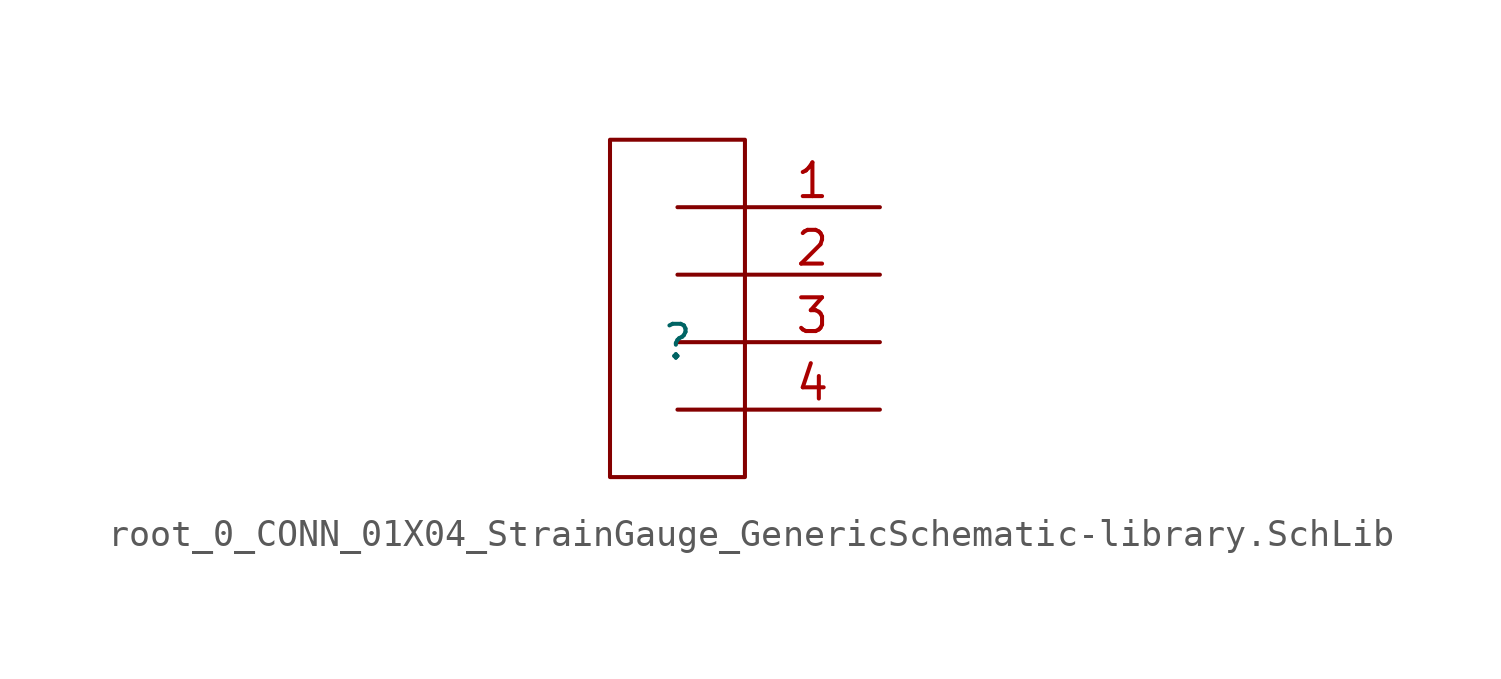
<source format=kicad_sym>
(kicad_symbol_lib
  (version 20241209)
  (generator "kicad_symbol_editor")
  (generator_version "9.0")
  (symbol "root_0_CONN_01X04_StrainGauge_GenericSchematic-library.SchLib"
    (pin_names
      (hide yes))
    (property "Reference" ""
      (at 0 0 0)
      (effects (font (size 1.27 1.27))))
    (property "Value" ""
      (at 0 0 0)
      (effects (font (size 1.27 1.27))))
    (symbol "root_0_CONN_01X04_StrainGauge_GenericSchematic-library.SchLib_1_0"
      (polyline (pts (xy -2.54 7.62) (xy 2.54 7.62) (xy 2.54 -5.08) (xy -2.54 -5.08) (xy -2.54 7.62)) (stroke (width 0) (type solid)) (fill (type none)))
      (polyline (pts (xy 2.54 5.08) (xy 0 5.08)) (stroke (width 0) (type solid)) (fill (type none)))
      (polyline (pts (xy 2.54 2.54) (xy 0 2.54)) (stroke (width 0) (type solid)) (fill (type none)))
      (polyline (pts (xy 2.54 0) (xy 0 0)) (stroke (width 0) (type solid)) (fill (type none)))
      (polyline (pts (xy 2.54 -2.54) (xy 0 -2.54)) (stroke (width 0) (type solid)) (fill (type none)))
      (pin input line (at 7.62 5.08 180) (length 5.08) (name "" (effects (font (size 1.27 1.27)))) (number "1" (effects (font (size 1.27 1.27)))))
      (pin power_out line (at 7.62 2.54 180) (length 5.08) (name "" (effects (font (size 1.27 1.27)))) (number "2" (effects (font (size 1.27 1.27)))))
      (pin input line (at 7.62 0 180) (length 5.08) (name "" (effects (font (size 1.27 1.27)))) (number "3" (effects (font (size 1.27 1.27)))))
      (pin power_out line (at 7.62 -2.54 180) (length 5.08) (name "" (effects (font (size 1.27 1.27)))) (number "4" (effects (font (size 1.27 1.27))))))))
</source>
